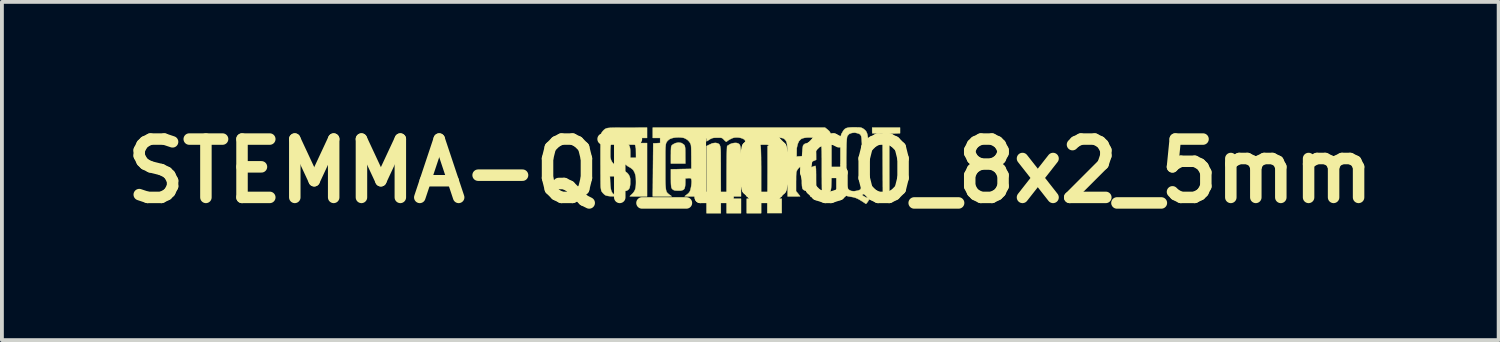
<source format=kicad_pcb>
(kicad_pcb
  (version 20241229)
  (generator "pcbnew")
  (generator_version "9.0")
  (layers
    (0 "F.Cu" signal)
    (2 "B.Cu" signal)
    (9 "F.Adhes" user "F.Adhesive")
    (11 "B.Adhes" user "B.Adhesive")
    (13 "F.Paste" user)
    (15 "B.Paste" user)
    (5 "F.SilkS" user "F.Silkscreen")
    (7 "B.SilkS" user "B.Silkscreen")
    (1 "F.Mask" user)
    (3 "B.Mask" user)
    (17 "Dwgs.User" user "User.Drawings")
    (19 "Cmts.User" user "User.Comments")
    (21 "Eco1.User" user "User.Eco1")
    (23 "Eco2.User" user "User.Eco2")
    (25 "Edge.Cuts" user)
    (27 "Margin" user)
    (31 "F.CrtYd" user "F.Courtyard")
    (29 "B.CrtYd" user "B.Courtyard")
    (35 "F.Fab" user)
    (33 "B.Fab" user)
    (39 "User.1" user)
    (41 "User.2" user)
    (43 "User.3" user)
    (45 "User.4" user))
  (footprint "STEMMA-QT_LOGO_8x2_5mm"
    (layer "F.Cu")
    (at 16.554 1.418)
    (property "Reference" "STEMMA-QT_LOGO_8x2_5mm" (at 0 0 0) (layer "F.SilkS") (effects (font (size 1.524 1.524) (thickness 0.3))))
    (attr through_hole)
    (fp_poly (pts (xy -0.77 1.102) (xy -1.144 1.102) (xy -1.144 0.725) (xy -0.77 0.725) (xy -0.77 1.102)) (stroke (width 0.01) (type solid)) (fill yes) (layer "F.SilkS"))
    (fp_poly (pts (xy -0.243 1.102) (xy -0.62 1.102) (xy -0.62 0.725) (xy -0.243 0.725) (xy -0.243 1.102)) (stroke (width 0.01) (type solid)) (fill yes) (layer "F.SilkS"))
    (fp_poly (pts (xy 0.283 1.102) (xy -0.094 1.102) (xy -0.094 0.725) (xy 0.283 0.725) (xy 0.283 1.102)) (stroke (width 0.01) (type solid)) (fill yes) (layer "F.SilkS"))
    (fp_poly (pts (xy 0.821 1.099) (xy 0.444 1.099) (xy 0.444 0.725) (xy 0.821 0.725) (xy 0.821 1.099)) (stroke (width 0.01) (type solid)) (fill yes) (layer "F.SilkS"))
    (fp_poly (pts (xy 1.71 0.569) (xy 1.713 0.576) (xy 1.716 0.586) (xy 1.717 0.597) (xy 1.718 0.61) (xy 1.718 0.623) (xy 1.718 0.628) (xy 1.717 0.638) (xy 1.715 0.644) (xy 1.712 0.648) (xy 1.708 0.651) (xy 1.707 0.652) (xy 1.699 0.656) (xy 1.687 0.659) (xy 1.67 0.661) (xy 1.65 0.662) (xy 1.625 0.663) (xy 1.611 0.663) (xy 1.593 0.663) (xy 1.58 0.663) (xy 1.571 0.662) (xy 1.566 0.661) (xy 1.564 0.66) (xy 1.564 0.66) (xy 1.566 0.657) (xy 1.573 0.651) (xy 1.582 0.644) (xy 1.594 0.635) (xy 1.608 0.626) (xy 1.623 0.615) (xy 1.639 0.605) (xy 1.655 0.595) (xy 1.669 0.586) (xy 1.683 0.579) (xy 1.694 0.572) (xy 1.703 0.568) (xy 1.707 0.567) (xy 1.71 0.569)) (stroke (width 0.01) (type solid)) (fill yes) (layer "F.SilkS"))
    (fp_poly (pts (xy -1.837 -0.738) (xy -1.799 -0.732) (xy -1.768 -0.712) (xy -1.75 -0.701) (xy -1.736 -0.69) (xy -1.726 -0.68) (xy -1.718 -0.668) (xy -1.713 -0.655) (xy -1.708 -0.638) (xy -1.705 -0.618) (xy -1.704 -0.614) (xy -1.703 -0.607) (xy -1.702 -0.6) (xy -1.702 -0.591) (xy -1.701 -0.581) (xy -1.701 -0.568) (xy -1.7 -0.553) (xy -1.7 -0.536) (xy -1.7 -0.514) (xy -1.699 -0.49) (xy -1.699 -0.46) (xy -1.699 -0.427) (xy -1.699 -0.39) (xy -1.697 -0.195) (xy -2.075 -0.195) (xy -2.075 -0.366) (xy -2.075 -0.412) (xy -2.074 -0.454) (xy -2.074 -0.49) (xy -2.074 -0.522) (xy -2.073 -0.55) (xy -2.072 -0.574) (xy -2.071 -0.594) (xy -2.07 -0.61) (xy -2.069 -0.624) (xy -2.067 -0.634) (xy -2.065 -0.641) (xy -2.061 -0.654) (xy -2.055 -0.664) (xy -2.047 -0.674) (xy -2.036 -0.683) (xy -2.022 -0.693) (xy -2.004 -0.704) (xy -1.993 -0.71) (xy -1.978 -0.717) (xy -1.967 -0.723) (xy -1.958 -0.727) (xy -1.949 -0.73) (xy -1.94 -0.732) (xy -1.928 -0.734) (xy -1.915 -0.737) (xy -1.875 -0.743) (xy -1.837 -0.738)) (stroke (width 0.01) (type solid)) (fill yes) (layer "F.SilkS"))
    (fp_poly (pts (xy 0.135 -0.735) (xy 0.145 -0.734) (xy 0.16 -0.733) (xy 0.172 -0.732) (xy 0.182 -0.73) (xy 0.193 -0.726) (xy 0.206 -0.722) (xy 0.207 -0.721) (xy 0.22 -0.716) (xy 0.229 -0.713) (xy 0.236 -0.709) (xy 0.241 -0.704) (xy 0.247 -0.698) (xy 0.251 -0.694) (xy 0.257 -0.686) (xy 0.262 -0.679) (xy 0.264 -0.673) (xy 0.266 -0.665) (xy 0.268 -0.654) (xy 0.269 -0.651) (xy 0.27 -0.637) (xy 0.272 -0.621) (xy 0.273 -0.601) (xy 0.275 -0.577) (xy 0.276 -0.549) (xy 0.277 -0.518) (xy 0.278 -0.482) (xy 0.279 -0.443) (xy 0.28 -0.399) (xy 0.281 -0.351) (xy 0.281 -0.298) (xy 0.282 -0.241) (xy 0.282 -0.179) (xy 0.283 -0.113) (xy 0.283 -0.041) (xy 0.283 0.035) (xy 0.283 0.117) (xy 0.283 0.204) (xy 0.283 0.222) (xy 0.283 0.663) (xy -0.094 0.663) (xy -0.094 0.013) (xy -0.093 -0.638) (xy -0.069 -0.655) (xy -0.057 -0.663) (xy -0.042 -0.672) (xy -0.026 -0.682) (xy -0.011 -0.691) (xy -0.006 -0.693) (xy 0.01 -0.702) (xy 0.024 -0.708) (xy 0.036 -0.714) (xy 0.05 -0.718) (xy 0.066 -0.723) (xy 0.072 -0.725) (xy 0.088 -0.729) (xy 0.099 -0.732) (xy 0.109 -0.734) (xy 0.117 -0.735) (xy 0.125 -0.735) (xy 0.135 -0.735)) (stroke (width 0.01) (type solid)) (fill yes) (layer "F.SilkS"))
    (fp_poly (pts (xy -0.907 -0.734) (xy -0.9 -0.733) (xy -0.89 -0.732) (xy -0.887 -0.731) (xy -0.861 -0.725) (xy -0.839 -0.717) (xy -0.822 -0.707) (xy -0.809 -0.694) (xy -0.799 -0.679) (xy -0.799 -0.677) (xy -0.794 -0.665) (xy -0.79 -0.654) (xy -0.787 -0.642) (xy -0.784 -0.628) (xy -0.782 -0.612) (xy -0.779 -0.593) (xy -0.778 -0.578) (xy -0.777 -0.571) (xy -0.776 -0.565) (xy -0.776 -0.559) (xy -0.775 -0.552) (xy -0.775 -0.545) (xy -0.775 -0.537) (xy -0.774 -0.528) (xy -0.774 -0.518) (xy -0.774 -0.506) (xy -0.773 -0.492) (xy -0.773 -0.477) (xy -0.773 -0.459) (xy -0.773 -0.439) (xy -0.772 -0.417) (xy -0.772 -0.391) (xy -0.772 -0.363) (xy -0.772 -0.331) (xy -0.772 -0.295) (xy -0.772 -0.256) (xy -0.771 -0.213) (xy -0.771 -0.166) (xy -0.771 -0.114) (xy -0.771 -0.058) (xy -0.771 0.004) (xy -0.771 0.07) (xy -0.771 0.07) (xy -0.769 0.663) (xy -1.144 0.663) (xy -1.144 -0.651) (xy -1.104 -0.672) (xy -1.086 -0.68) (xy -1.067 -0.69) (xy -1.049 -0.698) (xy -1.032 -0.706) (xy -1.027 -0.708) (xy -1.013 -0.715) (xy -1.002 -0.719) (xy -0.992 -0.723) (xy -0.982 -0.725) (xy -0.97 -0.727) (xy -0.954 -0.73) (xy -0.952 -0.73) (xy -0.936 -0.732) (xy -0.924 -0.733) (xy -0.915 -0.734) (xy -0.907 -0.734)) (stroke (width 0.01) (type solid)) (fill yes) (layer "F.SilkS"))
    (fp_poly (pts (xy 0.713 -0.734) (xy 0.729 -0.73) (xy 0.745 -0.723) (xy 0.745 -0.723) (xy 0.761 -0.714) (xy 0.773 -0.706) (xy 0.783 -0.696) (xy 0.791 -0.683) (xy 0.798 -0.668) (xy 0.804 -0.648) (xy 0.806 -0.641) (xy 0.808 -0.633) (xy 0.81 -0.626) (xy 0.811 -0.618) (xy 0.813 -0.61) (xy 0.814 -0.602) (xy 0.815 -0.592) (xy 0.816 -0.582) (xy 0.817 -0.57) (xy 0.818 -0.557) (xy 0.819 -0.542) (xy 0.82 -0.525) (xy 0.821 -0.506) (xy 0.821 -0.485) (xy 0.822 -0.461) (xy 0.822 -0.434) (xy 0.823 -0.404) (xy 0.823 -0.372) (xy 0.824 -0.335) (xy 0.824 -0.295) (xy 0.824 -0.252) (xy 0.824 -0.204) (xy 0.825 -0.152) (xy 0.825 -0.095) (xy 0.825 -0.034) (xy 0.825 0.032) (xy 0.825 0.103) (xy 0.825 0.11) (xy 0.827 0.663) (xy 0.448 0.663) (xy 0.45 0.414) (xy 0.45 0.381) (xy 0.451 0.342) (xy 0.451 0.3) (xy 0.451 0.254) (xy 0.451 0.205) (xy 0.451 0.154) (xy 0.451 0.101) (xy 0.452 0.046) (xy 0.452 -0.009) (xy 0.452 -0.065) (xy 0.452 -0.12) (xy 0.452 -0.173) (xy 0.452 -0.226) (xy 0.452 -0.243) (xy 0.452 -0.651) (xy 0.471 -0.664) (xy 0.482 -0.671) (xy 0.495 -0.679) (xy 0.509 -0.687) (xy 0.521 -0.694) (xy 0.554 -0.709) (xy 0.591 -0.721) (xy 0.631 -0.73) (xy 0.656 -0.734) (xy 0.678 -0.736) (xy 0.697 -0.736) (xy 0.713 -0.734)) (stroke (width 0.01) (type solid)) (fill yes) (layer "F.SilkS"))
    (fp_poly (pts (xy -0.366 -0.733) (xy -0.354 -0.731) (xy -0.344 -0.729) (xy -0.337 -0.728) (xy -0.335 -0.727) (xy -0.33 -0.725) (xy -0.322 -0.721) (xy -0.315 -0.718) (xy -0.301 -0.711) (xy -0.29 -0.703) (xy -0.281 -0.693) (xy -0.274 -0.681) (xy -0.268 -0.667) (xy -0.263 -0.648) (xy -0.258 -0.625) (xy -0.256 -0.608) (xy -0.254 -0.601) (xy -0.253 -0.592) (xy -0.252 -0.583) (xy -0.252 -0.573) (xy -0.251 -0.561) (xy -0.25 -0.548) (xy -0.249 -0.533) (xy -0.249 -0.516) (xy -0.248 -0.497) (xy -0.248 -0.475) (xy -0.247 -0.451) (xy -0.247 -0.424) (xy -0.246 -0.394) (xy -0.246 -0.361) (xy -0.246 -0.325) (xy -0.245 -0.284) (xy -0.245 -0.24) (xy -0.245 -0.192) (xy -0.245 -0.139) (xy -0.245 -0.082) (xy -0.244 -0.02) (xy -0.244 0.047) (xy -0.244 0.108) (xy -0.243 0.663) (xy -0.621 0.663) (xy -0.619 0.164) (xy -0.619 0.079) (xy -0.619 -0.001) (xy -0.618 -0.076) (xy -0.618 -0.146) (xy -0.617 -0.211) (xy -0.617 -0.271) (xy -0.616 -0.326) (xy -0.616 -0.376) (xy -0.615 -0.422) (xy -0.614 -0.464) (xy -0.613 -0.501) (xy -0.612 -0.534) (xy -0.611 -0.562) (xy -0.61 -0.587) (xy -0.609 -0.608) (xy -0.608 -0.624) (xy -0.607 -0.637) (xy -0.606 -0.647) (xy -0.604 -0.652) (xy -0.604 -0.653) (xy -0.599 -0.659) (xy -0.59 -0.664) (xy -0.589 -0.664) (xy -0.58 -0.669) (xy -0.572 -0.674) (xy -0.57 -0.675) (xy -0.565 -0.679) (xy -0.556 -0.685) (xy -0.546 -0.692) (xy -0.541 -0.695) (xy -0.519 -0.706) (xy -0.493 -0.716) (xy -0.464 -0.724) (xy -0.435 -0.73) (xy -0.405 -0.733) (xy -0.378 -0.733) (xy -0.366 -0.733)) (stroke (width 0.01) (type solid)) (fill yes) (layer "F.SilkS"))
    (fp_poly (pts (xy 1.701 -0.132) (xy 1.703 -0.128) (xy 1.706 -0.12) (xy 1.708 -0.109) (xy 1.711 -0.092) (xy 1.713 -0.077) (xy 1.714 -0.07) (xy 1.714 -0.062) (xy 1.715 -0.052) (xy 1.716 -0.041) (xy 1.716 -0.028) (xy 1.716 -0.012) (xy 1.717 0.006) (xy 1.717 0.027) (xy 1.717 0.052) (xy 1.718 0.081) (xy 1.718 0.114) (xy 1.718 0.152) (xy 1.718 0.195) (xy 1.718 0.201) (xy 1.72 0.443) (xy 1.672 0.464) (xy 1.653 0.473) (xy 1.632 0.481) (xy 1.611 0.49) (xy 1.592 0.497) (xy 1.581 0.501) (xy 1.539 0.515) (xy 1.495 0.517) (xy 1.478 0.518) (xy 1.465 0.518) (xy 1.455 0.518) (xy 1.448 0.517) (xy 1.442 0.516) (xy 1.435 0.514) (xy 1.434 0.513) (xy 1.411 0.504) (xy 1.391 0.492) (xy 1.377 0.479) (xy 1.375 0.477) (xy 1.369 0.468) (xy 1.364 0.457) (xy 1.359 0.443) (xy 1.356 0.426) (xy 1.353 0.406) (xy 1.35 0.383) (xy 1.349 0.355) (xy 1.347 0.323) (xy 1.347 0.286) (xy 1.347 0.251) (xy 1.347 0.216) (xy 1.347 0.185) (xy 1.348 0.159) (xy 1.349 0.136) (xy 1.351 0.116) (xy 1.354 0.099) (xy 1.357 0.084) (xy 1.36 0.07) (xy 1.365 0.056) (xy 1.366 0.054) (xy 1.373 0.035) (xy 1.382 0.019) (xy 1.39 0.009) (xy 1.398 -0.000053) (xy 1.405 -0.007) (xy 1.413 -0.013) (xy 1.423 -0.02) (xy 1.432 -0.025) (xy 1.446 -0.032) (xy 1.463 -0.041) (xy 1.483 -0.05) (xy 1.505 -0.06) (xy 1.528 -0.07) (xy 1.552 -0.08) (xy 1.576 -0.09) (xy 1.599 -0.1) (xy 1.621 -0.108) (xy 1.642 -0.116) (xy 1.661 -0.123) (xy 1.676 -0.128) (xy 1.688 -0.132) (xy 1.696 -0.134) (xy 1.698 -0.134) (xy 1.701 -0.132)) (stroke (width 0.01) (type solid)) (fill yes) (layer "F.SilkS"))
    (fp_poly (pts (xy 3.912 -0.987) (xy 3.906 -0.987) (xy 3.902 -0.986) (xy 3.893 -0.986) (xy 3.88 -0.986) (xy 3.864 -0.985) (xy 3.844 -0.984) (xy 3.821 -0.983) (xy 3.797 -0.982) (xy 3.771 -0.981) (xy 3.766 -0.981) (xy 3.74 -0.98) (xy 3.715 -0.979) (xy 3.693 -0.978) (xy 3.673 -0.978) (xy 3.656 -0.977) (xy 3.643 -0.976) (xy 3.635 -0.976) (xy 3.631 -0.976) (xy 3.63 -0.976) (xy 3.63 -0.973) (xy 3.63 -0.965) (xy 3.63 -0.953) (xy 3.63 -0.935) (xy 3.63 -0.913) (xy 3.63 -0.887) (xy 3.63 -0.857) (xy 3.63 -0.822) (xy 3.63 -0.784) (xy 3.63 -0.743) (xy 3.63 -0.698) (xy 3.63 -0.65) (xy 3.63 -0.599) (xy 3.63 -0.545) (xy 3.63 -0.489) (xy 3.63 -0.431) (xy 3.63 -0.371) (xy 3.63 -0.308) (xy 3.63 -0.244) (xy 3.63 -0.179) (xy 3.63 -0.156) (xy 3.632 0.663) (xy 3.466 0.663) (xy 3.464 0.501) (xy 3.464 0.483) (xy 3.464 0.46) (xy 3.464 0.433) (xy 3.463 0.401) (xy 3.463 0.365) (xy 3.463 0.325) (xy 3.463 0.281) (xy 3.462 0.235) (xy 3.462 0.185) (xy 3.462 0.134) (xy 3.461 0.079) (xy 3.461 0.023) (xy 3.461 -0.034) (xy 3.461 -0.094) (xy 3.46 -0.154) (xy 3.46 -0.214) (xy 3.46 -0.275) (xy 3.459 -0.318) (xy 3.459 -0.377) (xy 3.459 -0.434) (xy 3.459 -0.49) (xy 3.458 -0.544) (xy 3.458 -0.596) (xy 3.458 -0.646) (xy 3.458 -0.693) (xy 3.457 -0.737) (xy 3.457 -0.778) (xy 3.457 -0.816) (xy 3.457 -0.85) (xy 3.457 -0.881) (xy 3.456 -0.908) (xy 3.456 -0.931) (xy 3.456 -0.949) (xy 3.456 -0.963) (xy 3.456 -0.971) (xy 3.456 -0.975) (xy 3.456 -0.975) (xy 3.453 -0.975) (xy 3.446 -0.976) (xy 3.434 -0.976) (xy 3.419 -0.977) (xy 3.401 -0.978) (xy 3.381 -0.979) (xy 3.36 -0.98) (xy 3.337 -0.981) (xy 3.314 -0.982) (xy 3.291 -0.983) (xy 3.269 -0.984) (xy 3.248 -0.984) (xy 3.23 -0.985) (xy 3.214 -0.986) (xy 3.201 -0.986) (xy 3.193 -0.986) (xy 3.189 -0.987) (xy 3.188 -0.987) (xy 3.187 -0.988) (xy 3.186 -0.991) (xy 3.185 -0.996) (xy 3.185 -1.004) (xy 3.185 -1.016) (xy 3.184 -1.031) (xy 3.184 -1.051) (xy 3.184 -1.06) (xy 3.184 -1.134) (xy 3.912 -1.134) (xy 3.912 -0.987)) (stroke (width 0.01) (type solid)) (fill yes) (layer "F.SilkS"))
    (fp_poly (pts (xy 2.742 -1.141) (xy 2.764 -1.141) (xy 2.793 -1.14) (xy 2.817 -1.14) (xy 2.837 -1.139) (xy 2.854 -1.138) (xy 2.869 -1.137) (xy 2.881 -1.135) (xy 2.891 -1.132) (xy 2.901 -1.13) (xy 2.911 -1.126) (xy 2.917 -1.124) (xy 2.934 -1.116) (xy 2.953 -1.104) (xy 2.972 -1.09) (xy 2.99 -1.075) (xy 3.007 -1.059) (xy 3.008 -1.058) (xy 3.021 -1.042) (xy 3.033 -1.023) (xy 3.043 -1.002) (xy 3.052 -0.978) (xy 3.059 -0.951) (xy 3.065 -0.92) (xy 3.07 -0.884) (xy 3.075 -0.844) (xy 3.077 -0.807) (xy 3.078 -0.788) (xy 3.08 -0.769) (xy 3.081 -0.752) (xy 3.081 -0.734) (xy 3.082 -0.717) (xy 3.083 -0.7) (xy 3.084 -0.682) (xy 3.084 -0.663) (xy 3.085 -0.643) (xy 3.085 -0.621) (xy 3.085 -0.597) (xy 3.086 -0.571) (xy 3.086 -0.542) (xy 3.086 -0.511) (xy 3.086 -0.476) (xy 3.086 -0.438) (xy 3.086 -0.395) (xy 3.086 -0.348) (xy 3.086 -0.297) (xy 3.086 -0.241) (xy 3.086 -0.235) (xy 3.086 -0.168) (xy 3.086 -0.107) (xy 3.086 -0.05) (xy 3.086 0.002) (xy 3.086 0.05) (xy 3.086 0.094) (xy 3.085 0.134) (xy 3.085 0.17) (xy 3.084 0.203) (xy 3.083 0.232) (xy 3.083 0.259) (xy 3.082 0.283) (xy 3.081 0.305) (xy 3.08 0.324) (xy 3.078 0.342) (xy 3.077 0.358) (xy 3.075 0.372) (xy 3.073 0.386) (xy 3.071 0.398) (xy 3.069 0.41) (xy 3.067 0.421) (xy 3.065 0.428) (xy 3.057 0.455) (xy 3.047 0.483) (xy 3.035 0.509) (xy 3.021 0.534) (xy 3.006 0.556) (xy 2.991 0.576) (xy 2.975 0.592) (xy 2.959 0.604) (xy 2.946 0.61) (xy 2.934 0.616) (xy 2.928 0.621) (xy 2.926 0.627) (xy 2.93 0.633) (xy 2.938 0.641) (xy 2.942 0.644) (xy 2.965 0.659) (xy 2.99 0.673) (xy 3.016 0.686) (xy 3.041 0.696) (xy 3.061 0.702) (xy 3.073 0.705) (xy 3.084 0.709) (xy 3.091 0.714) (xy 3.102 0.721) (xy 3.1 0.738) (xy 3.098 0.748) (xy 3.095 0.758) (xy 3.09 0.769) (xy 3.086 0.777) (xy 3.081 0.785) (xy 3.073 0.796) (xy 3.065 0.808) (xy 3.056 0.82) (xy 3.047 0.831) (xy 3.038 0.842) (xy 3.031 0.85) (xy 3.026 0.856) (xy 3.023 0.858) (xy 3.019 0.857) (xy 3.013 0.853) (xy 3.004 0.847) (xy 2.997 0.842) (xy 2.977 0.828) (xy 2.955 0.814) (xy 2.932 0.798) (xy 2.907 0.783) (xy 2.883 0.768) (xy 2.861 0.755) (xy 2.841 0.743) (xy 2.823 0.734) (xy 2.818 0.731) (xy 2.78 0.713) (xy 2.743 0.699) (xy 2.708 0.688) (xy 2.674 0.681) (xy 2.661 0.679) (xy 2.644 0.676) (xy 2.624 0.673) (xy 2.602 0.669) (xy 2.582 0.665) (xy 2.576 0.664) (xy 2.56 0.661) (xy 2.547 0.658) (xy 2.537 0.655) (xy 2.529 0.652) (xy 2.52 0.648) (xy 2.51 0.643) (xy 2.498 0.636) (xy 2.497 0.635) (xy 2.484 0.628) (xy 2.473 0.621) (xy 2.464 0.615) (xy 2.456 0.607) (xy 2.447 0.598) (xy 2.437 0.587) (xy 2.425 0.574) (xy 2.415 0.562) (xy 2.408 0.551) (xy 2.401 0.539) (xy 2.393 0.525) (xy 2.392 0.524) (xy 2.385 0.508) (xy 2.379 0.494) (xy 2.374 0.48) (xy 2.37 0.465) (xy 2.367 0.448) (xy 2.363 0.427) (xy 2.362 0.418) (xy 2.361 0.409) (xy 2.36 0.399) (xy 2.359 0.389) (xy 2.358 0.377) (xy 2.357 0.364) (xy 2.357 0.349) (xy 2.356 0.333) (xy 2.356 0.314) (xy 2.355 0.294) (xy 2.355 0.271) (xy 2.354 0.245) (xy 2.354 0.217) (xy 2.354 0.185) (xy 2.353 0.151) (xy 2.353 0.112) (xy 2.353 0.07) (xy 2.353 0.024) (xy 2.353 -0.026) (xy 2.353 -0.081) (xy 2.353 -0.14) (xy 2.353 -0.204) (xy 2.353 -0.231) (xy 2.507 -0.231) (xy 2.507 -0.171) (xy 2.507 -0.113) (xy 2.508 -0.056) (xy 2.509 -0.000433) (xy 2.509 0.053) (xy 2.51 0.103) (xy 2.512 0.151) (xy 2.513 0.196) (xy 2.515 0.238) (xy 2.516 0.275) (xy 2.518 0.309) (xy 2.52 0.339) (xy 2.522 0.364) (xy 2.524 0.384) (xy 2.526 0.393) (xy 2.528 0.41) (xy 2.531 0.422) (xy 2.534 0.432) (xy 2.538 0.441) (xy 2.544 0.451) (xy 2.552 0.462) (xy 2.555 0.465) (xy 2.563 0.476) (xy 2.569 0.484) (xy 2.576 0.489) (xy 2.583 0.495) (xy 2.592 0.5) (xy 2.603 0.506) (xy 2.615 0.512) (xy 2.625 0.517) (xy 2.633 0.52) (xy 2.641 0.522) (xy 2.652 0.523) (xy 2.666 0.525) (xy 2.667 0.525) (xy 2.683 0.527) (xy 2.694 0.528) (xy 2.704 0.528) (xy 2.712 0.528) (xy 2.721 0.528) (xy 2.731 0.526) (xy 2.744 0.524) (xy 2.761 0.521) (xy 2.762 0.521) (xy 2.792 0.516) (xy 2.817 0.51) (xy 2.838 0.503) (xy 2.855 0.496) (xy 2.868 0.487) (xy 2.879 0.476) (xy 2.888 0.463) (xy 2.894 0.447) (xy 2.9 0.428) (xy 2.904 0.406) (xy 2.905 0.402) (xy 2.907 0.389) (xy 2.909 0.376) (xy 2.91 0.362) (xy 2.912 0.347) (xy 2.913 0.332) (xy 2.914 0.314) (xy 2.915 0.295) (xy 2.916 0.274) (xy 2.917 0.251) (xy 2.918 0.225) (xy 2.919 0.196) (xy 2.919 0.163) (xy 2.92 0.127) (xy 2.92 0.087) (xy 2.92 0.043) (xy 2.921 -0.006) (xy 2.921 -0.06) (xy 2.921 -0.078) (xy 2.922 -0.164) (xy 2.922 -0.246) (xy 2.922 -0.322) (xy 2.922 -0.393) (xy 2.921 -0.459) (xy 2.92 -0.521) (xy 2.92 -0.577) (xy 2.919 -0.629) (xy 2.917 -0.676) (xy 2.916 -0.719) (xy 2.914 -0.758) (xy 2.912 -0.792) (xy 2.91 -0.822) (xy 2.908 -0.848) (xy 2.905 -0.87) (xy 2.902 -0.888) (xy 2.899 -0.902) (xy 2.898 -0.905) (xy 2.891 -0.924) (xy 2.879 -0.943) (xy 2.869 -0.955) (xy 2.859 -0.963) (xy 2.845 -0.971) (xy 2.826 -0.979) (xy 2.803 -0.986) (xy 2.777 -0.993) (xy 2.774 -0.993) (xy 2.731 -1.003) (xy 2.69 -0.999) (xy 2.673 -0.997) (xy 2.661 -0.995) (xy 2.65 -0.993) (xy 2.641 -0.991) (xy 2.63 -0.987) (xy 2.617 -0.982) (xy 2.617 -0.982) (xy 2.585 -0.969) (xy 2.56 -0.942) (xy 2.55 -0.93) (xy 2.542 -0.922) (xy 2.537 -0.914) (xy 2.533 -0.906) (xy 2.531 -0.896) (xy 2.528 -0.884) (xy 2.526 -0.869) (xy 2.525 -0.862) (xy 2.523 -0.845) (xy 2.521 -0.828) (xy 2.52 -0.81) (xy 2.518 -0.791) (xy 2.517 -0.772) (xy 2.515 -0.75) (xy 2.514 -0.727) (xy 2.513 -0.702) (xy 2.512 -0.674) (xy 2.512 -0.643) (xy 2.511 -0.609) (xy 2.51 -0.571) (xy 2.509 -0.528) (xy 2.509 -0.482) (xy 2.508 -0.43) (xy 2.508 -0.414) (xy 2.507 -0.353) (xy 2.507 -0.292) (xy 2.507 -0.231) (xy 2.353 -0.231) (xy 2.354 -0.274) (xy 2.354 -0.287) (xy 2.354 -0.352) (xy 2.354 -0.412) (xy 2.354 -0.466) (xy 2.354 -0.516) (xy 2.354 -0.562) (xy 2.354 -0.603) (xy 2.355 -0.641) (xy 2.355 -0.675) (xy 2.355 -0.705) (xy 2.355 -0.733) (xy 2.356 -0.757) (xy 2.356 -0.779) (xy 2.356 -0.798) (xy 2.357 -0.815) (xy 2.357 -0.83) (xy 2.358 -0.843) (xy 2.359 -0.855) (xy 2.359 -0.865) (xy 2.36 -0.874) (xy 2.361 -0.883) (xy 2.362 -0.891) (xy 2.363 -0.899) (xy 2.364 -0.906) (xy 2.365 -0.914) (xy 2.366 -0.92) (xy 2.369 -0.93) (xy 2.372 -0.942) (xy 2.376 -0.955) (xy 2.381 -0.967) (xy 2.385 -0.977) (xy 2.389 -0.983) (xy 2.389 -0.984) (xy 2.391 -0.988) (xy 2.396 -0.995) (xy 2.402 -1.005) (xy 2.409 -1.017) (xy 2.411 -1.02) (xy 2.425 -1.045) (xy 2.439 -1.065) (xy 2.453 -1.082) (xy 2.467 -1.095) (xy 2.482 -1.106) (xy 2.487 -1.109) (xy 2.499 -1.115) (xy 2.509 -1.12) (xy 2.52 -1.124) (xy 2.533 -1.127) (xy 2.542 -1.129) (xy 2.562 -1.133) (xy 2.584 -1.136) (xy 2.608 -1.138) (xy 2.636 -1.14) (xy 2.667 -1.141) (xy 2.702 -1.141) (xy 2.742 -1.141)) (stroke (width 0.01) (type solid)) (fill yes) (layer "F.SilkS"))
    (fp_poly (pts (xy -2.698 -0.864) (xy -2.872 -0.864) (xy -2.872 -0.73) (xy -2.698 -0.73) (xy -2.698 0.663) (xy -2.924 0.663) (xy -2.965 0.663) (xy -3.001 0.663) (xy -3.032 0.663) (xy -3.059 0.663) (xy -3.082 0.663) (xy -3.101 0.662) (xy -3.116 0.662) (xy -3.128 0.662) (xy -3.137 0.662) (xy -3.143 0.661) (xy -3.147 0.661) (xy -3.149 0.66) (xy -3.149 0.66) (xy -3.147 0.657) (xy -3.141 0.651) (xy -3.133 0.643) (xy -3.124 0.633) (xy -3.117 0.628) (xy -3.092 0.604) (xy -3.071 0.583) (xy -3.054 0.563) (xy -3.04 0.543) (xy -3.028 0.524) (xy -3.018 0.505) (xy -3.01 0.484) (xy -3.004 0.464) (xy -2.998 0.438) (xy -2.993 0.409) (xy -2.99 0.378) (xy -2.988 0.344) (xy -2.987 0.306) (xy -2.987 0.263) (xy -2.989 0.216) (xy -2.989 0.203) (xy -2.99 0.184) (xy -2.991 0.169) (xy -2.992 0.156) (xy -2.994 0.146) (xy -2.996 0.135) (xy -2.998 0.123) (xy -3.002 0.11) (xy -3.005 0.097) (xy -3.01 0.079) (xy -3.014 0.065) (xy -3.018 0.054) (xy -3.022 0.043) (xy -3.027 0.033) (xy -3.034 0.02) (xy -3.039 0.011) (xy -3.06 -0.027) (xy -3.092 -0.055) (xy -3.107 -0.067) (xy -3.12 -0.077) (xy -3.133 -0.086) (xy -3.149 -0.095) (xy -3.167 -0.106) (xy -3.169 -0.107) (xy -3.187 -0.117) (xy -3.201 -0.125) (xy -3.212 -0.132) (xy -3.22 -0.139) (xy -3.226 -0.145) (xy -3.227 -0.145) (xy -3.243 -0.159) (xy -3.258 -0.167) (xy -3.285 -0.181) (xy -3.309 -0.195) (xy -3.328 -0.209) (xy -3.335 -0.216) (xy -3.346 -0.225) (xy -3.355 -0.231) (xy -3.364 -0.235) (xy -3.367 -0.236) (xy -3.38 -0.242) (xy -3.396 -0.25) (xy -3.413 -0.261) (xy -3.43 -0.274) (xy -3.447 -0.289) (xy -3.449 -0.29) (xy -3.46 -0.301) (xy -3.47 -0.311) (xy -3.479 -0.321) (xy -3.485 -0.331) (xy -3.491 -0.343) (xy -3.496 -0.355) (xy -3.499 -0.37) (xy -3.502 -0.387) (xy -3.504 -0.407) (xy -3.505 -0.43) (xy -3.506 -0.457) (xy -3.506 -0.488) (xy -3.506 -0.523) (xy -3.506 -0.549) (xy -3.506 -0.57) (xy -3.506 -0.588) (xy -3.506 -0.601) (xy -3.506 -0.613) (xy -3.505 -0.621) (xy -3.504 -0.629) (xy -3.503 -0.635) (xy -3.502 -0.641) (xy -3.501 -0.647) (xy -3.5 -0.649) (xy -3.497 -0.66) (xy -3.495 -0.668) (xy -3.491 -0.674) (xy -3.486 -0.68) (xy -3.479 -0.688) (xy -3.475 -0.692) (xy -3.466 -0.7) (xy -3.459 -0.706) (xy -3.452 -0.711) (xy -3.443 -0.715) (xy -3.432 -0.72) (xy -3.425 -0.723) (xy -3.411 -0.728) (xy -3.4 -0.732) (xy -3.39 -0.734) (xy -3.379 -0.736) (xy -3.366 -0.737) (xy -3.357 -0.738) (xy -3.341 -0.739) (xy -3.329 -0.739) (xy -3.318 -0.739) (xy -3.307 -0.738) (xy -3.295 -0.736) (xy -3.288 -0.735) (xy -3.272 -0.732) (xy -3.255 -0.728) (xy -3.239 -0.723) (xy -3.23 -0.72) (xy -3.218 -0.715) (xy -3.208 -0.711) (xy -3.2 -0.705) (xy -3.192 -0.698) (xy -3.187 -0.693) (xy -3.178 -0.685) (xy -3.172 -0.677) (xy -3.167 -0.669) (xy -3.162 -0.659) (xy -3.158 -0.649) (xy -3.153 -0.636) (xy -3.149 -0.623) (xy -3.145 -0.609) (xy -3.143 -0.595) (xy -3.14 -0.578) (xy -3.139 -0.56) (xy -3.138 -0.538) (xy -3.137 -0.513) (xy -3.136 -0.484) (xy -3.136 -0.45) (xy -3.136 -0.446) (xy -3.136 -0.345) (xy -2.986 -0.345) (xy -2.987 -0.466) (xy -2.989 -0.587) (xy -2.998 -0.634) (xy -3.003 -0.655) (xy -3.007 -0.673) (xy -3.012 -0.689) (xy -3.017 -0.705) (xy -3.022 -0.717) (xy -3.028 -0.732) (xy -3.033 -0.743) (xy -3.038 -0.753) (xy -3.045 -0.763) (xy -3.053 -0.774) (xy -3.063 -0.787) (xy -3.063 -0.788) (xy -3.075 -0.802) (xy -3.088 -0.818) (xy -3.102 -0.832) (xy -3.114 -0.845) (xy -3.116 -0.847) (xy -3.142 -0.872) (xy -3.282 -0.871) (xy -3.309 -0.87) (xy -3.337 -0.87) (xy -3.363 -0.869) (xy -3.386 -0.869) (xy -3.408 -0.868) (xy -3.426 -0.868) (xy -3.44 -0.867) (xy -3.449 -0.866) (xy -3.45 -0.866) (xy -3.477 -0.863) (xy -3.5 -0.857) (xy -3.521 -0.848) (xy -3.541 -0.837) (xy -3.561 -0.821) (xy -3.577 -0.806) (xy -3.597 -0.785) (xy -3.613 -0.764) (xy -3.627 -0.742) (xy -3.636 -0.721) (xy -3.637 -0.717) (xy -3.643 -0.696) (xy -3.648 -0.67) (xy -3.652 -0.64) (xy -3.654 -0.604) (xy -3.657 -0.564) (xy -3.658 -0.52) (xy -3.658 -0.469) (xy -3.658 -0.464) (xy -3.658 -0.438) (xy -3.658 -0.417) (xy -3.658 -0.4) (xy -3.658 -0.386) (xy -3.658 -0.375) (xy -3.657 -0.366) (xy -3.656 -0.358) (xy -3.655 -0.35) (xy -3.654 -0.343) (xy -3.652 -0.334) (xy -3.651 -0.332) (xy -3.641 -0.296) (xy -3.628 -0.263) (xy -3.61 -0.234) (xy -3.603 -0.224) (xy -3.593 -0.212) (xy -3.581 -0.198) (xy -3.567 -0.184) (xy -3.554 -0.17) (xy -3.54 -0.157) (xy -3.527 -0.146) (xy -3.517 -0.137) (xy -3.508 -0.132) (xy -3.506 -0.131) (xy -3.498 -0.127) (xy -3.488 -0.121) (xy -3.476 -0.114) (xy -3.466 -0.108) (xy -3.437 -0.09) (xy -3.41 -0.073) (xy -3.386 -0.058) (xy -3.365 -0.045) (xy -3.349 -0.034) (xy -3.343 -0.03) (xy -3.333 -0.024) (xy -3.319 -0.015) (xy -3.303 -0.006) (xy -3.287 0.004) (xy -3.275 0.011) (xy -3.254 0.024) (xy -3.236 0.035) (xy -3.222 0.046) (xy -3.21 0.057) (xy -3.199 0.069) (xy -3.188 0.083) (xy -3.185 0.088) (xy -3.173 0.106) (xy -3.165 0.12) (xy -3.158 0.133) (xy -3.153 0.145) (xy -3.149 0.158) (xy -3.145 0.171) (xy -3.143 0.18) (xy -3.141 0.188) (xy -3.14 0.196) (xy -3.139 0.203) (xy -3.139 0.212) (xy -3.138 0.223) (xy -3.138 0.237) (xy -3.138 0.255) (xy -3.138 0.277) (xy -3.138 0.279) (xy -3.138 0.303) (xy -3.138 0.321) (xy -3.138 0.336) (xy -3.139 0.349) (xy -3.14 0.36) (xy -3.141 0.37) (xy -3.142 0.38) (xy -3.144 0.391) (xy -3.145 0.396) (xy -3.148 0.41) (xy -3.15 0.423) (xy -3.152 0.433) (xy -3.154 0.439) (xy -3.154 0.44) (xy -3.157 0.445) (xy -3.161 0.452) (xy -3.167 0.462) (xy -3.171 0.467) (xy -3.178 0.478) (xy -3.185 0.485) (xy -3.192 0.491) (xy -3.201 0.497) (xy -3.209 0.502) (xy -3.232 0.516) (xy -3.269 0.519) (xy -3.302 0.521) (xy -3.334 0.521) (xy -3.365 0.519) (xy -3.393 0.516) (xy -3.418 0.511) (xy -3.44 0.504) (xy -3.453 0.498) (xy -3.464 0.492) (xy -3.472 0.486) (xy -3.479 0.478) (xy -3.484 0.47) (xy -3.49 0.462) (xy -3.494 0.454) (xy -3.498 0.445) (xy -3.5 0.434) (xy -3.503 0.423) (xy -3.504 0.416) (xy -3.505 0.409) (xy -3.506 0.402) (xy -3.507 0.394) (xy -3.508 0.384) (xy -3.508 0.372) (xy -3.509 0.358) (xy -3.509 0.34) (xy -3.509 0.319) (xy -3.51 0.293) (xy -3.51 0.265) (xy -3.511 0.136) (xy -3.669 0.136) (xy -3.667 0.165) (xy -3.667 0.176) (xy -3.666 0.192) (xy -3.665 0.21) (xy -3.664 0.23) (xy -3.663 0.25) (xy -3.663 0.258) (xy -3.661 0.306) (xy -3.658 0.35) (xy -3.655 0.389) (xy -3.651 0.423) (xy -3.647 0.453) (xy -3.642 0.48) (xy -3.636 0.504) (xy -3.63 0.524) (xy -3.623 0.542) (xy -3.614 0.557) (xy -3.606 0.57) (xy -3.6 0.578) (xy -3.593 0.586) (xy -3.585 0.593) (xy -3.575 0.601) (xy -3.561 0.611) (xy -3.554 0.616) (xy -3.54 0.626) (xy -3.53 0.634) (xy -3.523 0.639) (xy -3.519 0.644) (xy -3.516 0.647) (xy -3.516 0.65) (xy -3.517 0.655) (xy -3.52 0.657) (xy -3.526 0.659) (xy -3.534 0.659) (xy -3.546 0.66) (xy -3.561 0.66) (xy -3.579 0.66) (xy -3.599 0.66) (xy -3.619 0.66) (xy -3.638 0.659) (xy -3.656 0.658) (xy -3.668 0.658) (xy -3.692 0.655) (xy -3.715 0.652) (xy -3.737 0.648) (xy -3.757 0.643) (xy -3.773 0.638) (xy -3.782 0.634) (xy -3.796 0.626) (xy -3.811 0.614) (xy -3.827 0.6) (xy -3.843 0.584) (xy -3.858 0.568) (xy -3.871 0.551) (xy -3.882 0.536) (xy -3.89 0.522) (xy -3.892 0.516) (xy -3.896 0.504) (xy -3.899 0.487) (xy -3.902 0.467) (xy -3.905 0.446) (xy -3.907 0.423) (xy -3.909 0.4) (xy -3.909 0.397) (xy -3.909 0.388) (xy -3.91 0.373) (xy -3.91 0.354) (xy -3.911 0.33) (xy -3.911 0.303) (xy -3.911 0.271) (xy -3.912 0.237) (xy -3.912 0.199) (xy -3.912 0.159) (xy -3.912 0.116) (xy -3.913 0.071) (xy -3.913 0.024) (xy -3.913 -0.024) (xy -3.913 -0.073) (xy -3.913 -0.122) (xy -3.914 -0.173) (xy -3.914 -0.223) (xy -3.914 -0.273) (xy -3.914 -0.323) (xy -3.914 -0.371) (xy -3.914 -0.419) (xy -3.914 -0.464) (xy -3.914 -0.508) (xy -3.914 -0.55) (xy -3.914 -0.589) (xy -3.913 -0.626) (xy -3.913 -0.659) (xy -3.913 -0.688) (xy -3.913 -0.714) (xy -3.912 -0.735) (xy -3.912 -0.752) (xy -3.912 -0.761) (xy -3.91 -0.801) (xy -3.909 -0.835) (xy -3.908 -0.865) (xy -3.906 -0.89) (xy -3.905 -0.912) (xy -3.903 -0.931) (xy -3.901 -0.946) (xy -3.899 -0.959) (xy -3.897 -0.97) (xy -3.894 -0.979) (xy -3.891 -0.987) (xy -3.888 -0.994) (xy -3.876 -1.014) (xy -3.86 -1.035) (xy -3.842 -1.056) (xy -3.824 -1.073) (xy -3.817 -1.079) (xy -3.804 -1.089) (xy -3.793 -1.097) (xy -3.781 -1.104) (xy -3.77 -1.11) (xy -3.757 -1.114) (xy -3.744 -1.118) (xy -3.728 -1.122) (xy -3.71 -1.124) (xy -3.689 -1.126) (xy -3.665 -1.128) (xy -3.637 -1.129) (xy -3.605 -1.13) (xy -3.568 -1.131) (xy -3.567 -1.131) (xy -3.55 -1.131) (xy -3.529 -1.132) (xy -3.504 -1.132) (xy -3.474 -1.132) (xy -3.44 -1.132) (xy -3.404 -1.133) (xy -3.364 -1.133) (xy -3.323 -1.133) (xy -3.279 -1.133) (xy -3.234 -1.133) (xy -3.188 -1.133) (xy -3.141 -1.133) (xy -3.094 -1.133) (xy -3.077 -1.133) (xy -2.698 -1.134) (xy -2.698 -0.864)) (stroke (width 0.01) (type solid)) (fill yes) (layer "F.SilkS"))
    (fp_poly (pts (xy 1.991 -1.104) (xy 2.02 -1.081) (xy 2.043 -1.06) (xy 2.062 -1.042) (xy 2.075 -1.025) (xy 2.083 -1.011) (xy 2.092 -0.988) (xy 2.099 -0.961) (xy 2.106 -0.93) (xy 2.11 -0.894) (xy 2.112 -0.874) (xy 2.113 -0.86) (xy 2.114 -0.847) (xy 2.115 -0.834) (xy 2.116 -0.821) (xy 2.117 -0.809) (xy 2.118 -0.796) (xy 2.118 -0.782) (xy 2.119 -0.768) (xy 2.119 -0.752) (xy 2.12 -0.735) (xy 2.12 -0.716) (xy 2.12 -0.696) (xy 2.12 -0.672) (xy 2.121 -0.647) (xy 2.121 -0.618) (xy 2.121 -0.586) (xy 2.121 -0.551) (xy 2.121 -0.512) (xy 2.121 -0.469) (xy 2.121 -0.422) (xy 2.121 -0.37) (xy 2.121 -0.314) (xy 2.121 -0.267) (xy 2.121 -0.192) (xy 2.121 -0.122) (xy 2.121 -0.057) (xy 2.121 0.003) (xy 2.12 0.059) (xy 2.12 0.11) (xy 2.12 0.158) (xy 2.119 0.201) (xy 2.119 0.24) (xy 2.118 0.276) (xy 2.117 0.309) (xy 2.116 0.338) (xy 2.115 0.365) (xy 2.114 0.389) (xy 2.113 0.41) (xy 2.112 0.428) (xy 2.111 0.445) (xy 2.109 0.459) (xy 2.107 0.472) (xy 2.105 0.483) (xy 2.103 0.493) (xy 2.101 0.502) (xy 2.099 0.509) (xy 2.096 0.516) (xy 2.094 0.52) (xy 2.089 0.53) (xy 2.08 0.542) (xy 2.069 0.556) (xy 2.056 0.57) (xy 2.042 0.584) (xy 2.028 0.597) (xy 2.024 0.601) (xy 2.007 0.614) (xy 1.989 0.626) (xy 1.97 0.637) (xy 1.952 0.647) (xy 1.935 0.654) (xy 1.92 0.659) (xy 1.907 0.661) (xy 1.898 0.66) (xy 1.896 0.66) (xy 1.89 0.654) (xy 1.885 0.644) (xy 1.881 0.628) (xy 1.877 0.608) (xy 1.877 0.605) (xy 1.876 0.594) (xy 1.875 0.578) (xy 1.874 0.557) (xy 1.873 0.531) (xy 1.873 0.5) (xy 1.872 0.464) (xy 1.871 0.423) (xy 1.871 0.377) (xy 1.87 0.326) (xy 1.87 0.269) (xy 1.87 0.208) (xy 1.869 0.141) (xy 1.869 0.069) (xy 1.869 -0.008) (xy 1.869 -0.075) (xy 1.869 -0.135) (xy 1.869 -0.191) (xy 1.869 -0.241) (xy 1.869 -0.287) (xy 1.869 -0.329) (xy 1.868 -0.367) (xy 1.868 -0.402) (xy 1.868 -0.433) (xy 1.867 -0.461) (xy 1.867 -0.486) (xy 1.867 -0.509) (xy 1.866 -0.529) (xy 1.865 -0.548) (xy 1.865 -0.565) (xy 1.864 -0.58) (xy 1.863 -0.595) (xy 1.862 -0.609) (xy 1.861 -0.623) (xy 1.86 -0.636) (xy 1.86 -0.64) (xy 1.856 -0.67) (xy 1.853 -0.694) (xy 1.849 -0.715) (xy 1.844 -0.733) (xy 1.838 -0.749) (xy 1.83 -0.763) (xy 1.82 -0.776) (xy 1.808 -0.79) (xy 1.793 -0.804) (xy 1.791 -0.806) (xy 1.771 -0.822) (xy 1.75 -0.836) (xy 1.727 -0.847) (xy 1.7 -0.857) (xy 1.68 -0.862) (xy 1.649 -0.868) (xy 1.615 -0.873) (xy 1.579 -0.876) (xy 1.541 -0.876) (xy 1.504 -0.876) (xy 1.467 -0.873) (xy 1.433 -0.869) (xy 1.4 -0.863) (xy 1.372 -0.855) (xy 1.357 -0.85) (xy 1.347 -0.846) (xy 1.338 -0.842) (xy 1.332 -0.838) (xy 1.325 -0.833) (xy 1.318 -0.827) (xy 1.308 -0.818) (xy 1.3 -0.809) (xy 1.271 -0.779) (xy 1.253 -0.739) (xy 1.246 -0.723) (xy 1.241 -0.711) (xy 1.237 -0.699) (xy 1.234 -0.686) (xy 1.23 -0.672) (xy 1.226 -0.655) (xy 1.224 -0.645) (xy 1.213 -0.592) (xy 1.21 -0.377) (xy 1.226 -0.378) (xy 1.234 -0.379) (xy 1.246 -0.38) (xy 1.26 -0.381) (xy 1.277 -0.382) (xy 1.295 -0.384) (xy 1.296 -0.384) (xy 1.313 -0.385) (xy 1.327 -0.386) (xy 1.339 -0.387) (xy 1.348 -0.388) (xy 1.352 -0.388) (xy 1.352 -0.388) (xy 1.352 -0.391) (xy 1.353 -0.399) (xy 1.354 -0.41) (xy 1.354 -0.424) (xy 1.355 -0.44) (xy 1.356 -0.448) (xy 1.358 -0.493) (xy 1.361 -0.532) (xy 1.363 -0.567) (xy 1.367 -0.597) (xy 1.371 -0.623) (xy 1.375 -0.646) (xy 1.376 -0.652) (xy 1.378 -0.661) (xy 1.381 -0.668) (xy 1.385 -0.674) (xy 1.39 -0.68) (xy 1.399 -0.689) (xy 1.399 -0.689) (xy 1.408 -0.698) (xy 1.415 -0.703) (xy 1.422 -0.708) (xy 1.431 -0.712) (xy 1.442 -0.717) (xy 1.448 -0.719) (xy 1.468 -0.725) (xy 1.486 -0.73) (xy 1.506 -0.733) (xy 1.512 -0.734) (xy 1.526 -0.736) (xy 1.537 -0.737) (xy 1.547 -0.737) (xy 1.556 -0.736) (xy 1.567 -0.734) (xy 1.578 -0.733) (xy 1.608 -0.726) (xy 1.634 -0.718) (xy 1.655 -0.709) (xy 1.673 -0.697) (xy 1.687 -0.682) (xy 1.698 -0.664) (xy 1.706 -0.643) (xy 1.712 -0.622) (xy 1.713 -0.616) (xy 1.714 -0.61) (xy 1.715 -0.603) (xy 1.716 -0.596) (xy 1.716 -0.587) (xy 1.717 -0.576) (xy 1.717 -0.563) (xy 1.717 -0.547) (xy 1.718 -0.528) (xy 1.718 -0.505) (xy 1.718 -0.477) (xy 1.719 -0.445) (xy 1.719 -0.444) (xy 1.72 -0.293) (xy 1.683 -0.276) (xy 1.667 -0.269) (xy 1.648 -0.262) (xy 1.628 -0.253) (xy 1.609 -0.246) (xy 1.599 -0.242) (xy 1.581 -0.235) (xy 1.561 -0.227) (xy 1.542 -0.22) (xy 1.524 -0.213) (xy 1.516 -0.209) (xy 1.5 -0.203) (xy 1.481 -0.196) (xy 1.461 -0.188) (xy 1.443 -0.181) (xy 1.438 -0.179) (xy 1.407 -0.167) (xy 1.378 -0.154) (xy 1.35 -0.14) (xy 1.325 -0.126) (xy 1.305 -0.113) (xy 1.304 -0.112) (xy 1.281 -0.094) (xy 1.26 -0.072) (xy 1.241 -0.049) (xy 1.225 -0.024) (xy 1.213 0.000329) (xy 1.205 0.023) (xy 1.203 0.031) (xy 1.201 0.043) (xy 1.2 0.057) (xy 1.199 0.075) (xy 1.198 0.096) (xy 1.197 0.121) (xy 1.196 0.15) (xy 1.196 0.183) (xy 1.196 0.221) (xy 1.195 0.264) (xy 1.195 0.311) (xy 1.195 0.334) (xy 1.195 0.527) (xy 1.249 0.592) (xy 1.262 0.608) (xy 1.274 0.623) (xy 1.284 0.636) (xy 1.292 0.647) (xy 1.298 0.655) (xy 1.302 0.659) (xy 1.302 0.66) (xy 1.3 0.661) (xy 1.293 0.662) (xy 1.281 0.662) (xy 1.264 0.662) (xy 1.242 0.663) (xy 1.215 0.663) (xy 1.182 0.663) (xy 1.145 0.663) (xy 1.139 0.663) (xy 0.976 0.663) (xy 0.976 0.146) (xy 0.976 0.065) (xy 0.976 -0.011) (xy 0.976 -0.082) (xy 0.976 -0.148) (xy 0.975 -0.21) (xy 0.975 -0.267) (xy 0.975 -0.32) (xy 0.974 -0.369) (xy 0.974 -0.414) (xy 0.973 -0.455) (xy 0.972 -0.493) (xy 0.971 -0.528) (xy 0.97 -0.56) (xy 0.969 -0.588) (xy 0.967 -0.614) (xy 0.966 -0.638) (xy 0.964 -0.659) (xy 0.962 -0.678) (xy 0.96 -0.694) (xy 0.958 -0.71) (xy 0.955 -0.723) (xy 0.953 -0.735) (xy 0.95 -0.746) (xy 0.946 -0.756) (xy 0.943 -0.765) (xy 0.939 -0.773) (xy 0.935 -0.781) (xy 0.931 -0.789) (xy 0.926 -0.796) (xy 0.919 -0.805) (xy 0.91 -0.816) (xy 0.905 -0.821) (xy 0.894 -0.831) (xy 0.885 -0.839) (xy 0.874 -0.846) (xy 0.864 -0.851) (xy 0.842 -0.859) (xy 0.815 -0.865) (xy 0.784 -0.869) (xy 0.75 -0.872) (xy 0.713 -0.871) (xy 0.674 -0.869) (xy 0.657 -0.868) (xy 0.616 -0.861) (xy 0.579 -0.853) (xy 0.546 -0.841) (xy 0.517 -0.826) (xy 0.491 -0.808) (xy 0.467 -0.786) (xy 0.463 -0.781) (xy 0.451 -0.77) (xy 0.443 -0.762) (xy 0.435 -0.758) (xy 0.427 -0.758) (xy 0.419 -0.76) (xy 0.414 -0.762) (xy 0.407 -0.766) (xy 0.402 -0.771) (xy 0.397 -0.779) (xy 0.393 -0.787) (xy 0.386 -0.799) (xy 0.376 -0.812) (xy 0.364 -0.826) (xy 0.361 -0.829) (xy 0.35 -0.839) (xy 0.342 -0.846) (xy 0.336 -0.851) (xy 0.329 -0.855) (xy 0.321 -0.858) (xy 0.321 -0.858) (xy 0.307 -0.862) (xy 0.291 -0.865) (xy 0.273 -0.867) (xy 0.252 -0.869) (xy 0.226 -0.869) (xy 0.196 -0.87) (xy 0.187 -0.87) (xy 0.157 -0.87) (xy 0.131 -0.869) (xy 0.109 -0.868) (xy 0.09 -0.866) (xy 0.073 -0.862) (xy 0.057 -0.858) (xy 0.042 -0.852) (xy 0.026 -0.844) (xy 0.009 -0.834) (xy -0.011 -0.822) (xy -0.025 -0.812) (xy -0.046 -0.798) (xy -0.062 -0.787) (xy -0.076 -0.779) (xy -0.086 -0.773) (xy -0.094 -0.768) (xy -0.1 -0.765) (xy -0.105 -0.763) (xy -0.11 -0.762) (xy -0.114 -0.762) (xy -0.115 -0.762) (xy -0.122 -0.762) (xy -0.125 -0.764) (xy -0.127 -0.769) (xy -0.127 -0.772) (xy -0.129 -0.78) (xy -0.134 -0.79) (xy -0.138 -0.798) (xy -0.149 -0.813) (xy -0.164 -0.827) (xy -0.184 -0.839) (xy -0.207 -0.85) (xy -0.233 -0.859) (xy -0.261 -0.867) (xy -0.291 -0.872) (xy -0.321 -0.876) (xy -0.352 -0.877) (xy -0.383 -0.876) (xy -0.413 -0.873) (xy -0.427 -0.87) (xy -0.439 -0.867) (xy -0.45 -0.864) (xy -0.46 -0.861) (xy -0.472 -0.856) (xy -0.486 -0.85) (xy -0.503 -0.842) (xy -0.507 -0.84) (xy -0.533 -0.826) (xy -0.556 -0.814) (xy -0.576 -0.801) (xy -0.594 -0.788) (xy -0.609 -0.776) (xy -0.623 -0.764) (xy -0.634 -0.769) (xy -0.641 -0.772) (xy -0.65 -0.779) (xy -0.661 -0.789) (xy -0.675 -0.802) (xy -0.691 -0.819) (xy -0.698 -0.827) (xy -0.714 -0.843) (xy -0.729 -0.854) (xy -0.744 -0.862) (xy -0.754 -0.865) (xy -0.76 -0.867) (xy -0.766 -0.868) (xy -0.773 -0.869) (xy -0.782 -0.869) (xy -0.794 -0.87) (xy -0.808 -0.87) (xy -0.827 -0.87) (xy -0.85 -0.87) (xy -0.854 -0.87) (xy -0.886 -0.87) (xy -0.913 -0.869) (xy -0.936 -0.868) (xy -0.957 -0.866) (xy -0.975 -0.863) (xy -0.993 -0.858) (xy -1.009 -0.852) (xy -1.026 -0.844) (xy -1.045 -0.835) (xy -1.065 -0.823) (xy -1.088 -0.808) (xy -1.098 -0.802) (xy -1.112 -0.793) (xy -1.123 -0.786) (xy -1.133 -0.78) (xy -1.139 -0.777) (xy -1.141 -0.775) (xy -1.142 -0.778) (xy -1.143 -0.785) (xy -1.144 -0.795) (xy -1.145 -0.808) (xy -1.145 -0.81) (xy -1.145 -0.827) (xy -1.147 -0.839) (xy -1.149 -0.848) (xy -1.154 -0.853) (xy -1.161 -0.857) (xy -1.172 -0.859) (xy -1.188 -0.86) (xy -1.192 -0.861) (xy -1.208 -0.862) (xy -1.227 -0.863) (xy -1.247 -0.863) (xy -1.259 -0.864) (xy -1.294 -0.864) (xy -1.294 0.663) (xy -1.504 0.663) (xy -1.544 0.663) (xy -1.579 0.663) (xy -1.609 0.663) (xy -1.634 0.663) (xy -1.656 0.663) (xy -1.673 0.662) (xy -1.687 0.662) (xy -1.698 0.662) (xy -1.706 0.661) (xy -1.711 0.661) (xy -1.713 0.66) (xy -1.714 0.66) (xy -1.712 0.657) (xy -1.706 0.652) (xy -1.698 0.646) (xy -1.693 0.642) (xy -1.666 0.622) (xy -1.643 0.604) (xy -1.623 0.588) (xy -1.608 0.572) (xy -1.595 0.557) (xy -1.585 0.542) (xy -1.577 0.527) (xy -1.574 0.52) (xy -1.567 0.499) (xy -1.56 0.475) (xy -1.554 0.448) (xy -1.548 0.418) (xy -1.543 0.388) (xy -1.539 0.357) (xy -1.536 0.328) (xy -1.534 0.3) (xy -1.533 0.276) (xy -1.534 0.255) (xy -1.535 0.249) (xy -1.538 0.229) (xy -1.541 0.214) (xy -1.546 0.202) (xy -1.551 0.195) (xy -1.555 0.193) (xy -1.563 0.189) (xy -1.574 0.187) (xy -1.588 0.186) (xy -1.607 0.186) (xy -1.63 0.187) (xy -1.646 0.188) (xy -1.661 0.19) (xy -1.675 0.191) (xy -1.686 0.192) (xy -1.693 0.192) (xy -1.696 0.192) (xy -1.696 0.195) (xy -1.697 0.202) (xy -1.697 0.213) (xy -1.698 0.228) (xy -1.698 0.244) (xy -1.698 0.257) (xy -1.698 0.292) (xy -1.699 0.322) (xy -1.7 0.348) (xy -1.701 0.37) (xy -1.704 0.39) (xy -1.706 0.408) (xy -1.71 0.424) (xy -1.712 0.431) (xy -1.715 0.444) (xy -1.718 0.453) (xy -1.721 0.46) (xy -1.725 0.466) (xy -1.73 0.471) (xy -1.736 0.478) (xy -1.743 0.485) (xy -1.749 0.49) (xy -1.755 0.494) (xy -1.763 0.497) (xy -1.773 0.5) (xy -1.783 0.503) (xy -1.814 0.512) (xy -1.882 0.512) (xy -1.909 0.512) (xy -1.931 0.511) (xy -1.95 0.51) (xy -1.965 0.508) (xy -1.978 0.506) (xy -1.989 0.503) (xy -1.999 0.499) (xy -2.008 0.494) (xy -2.014 0.49) (xy -2.023 0.484) (xy -2.031 0.478) (xy -2.038 0.472) (xy -2.045 0.464) (xy -2.05 0.456) (xy -2.055 0.447) (xy -2.059 0.436) (xy -2.063 0.422) (xy -2.066 0.407) (xy -2.068 0.389) (xy -2.07 0.368) (xy -2.072 0.345) (xy -2.073 0.317) (xy -2.074 0.286) (xy -2.074 0.25) (xy -2.075 0.211) (xy -2.075 0.166) (xy -2.075 0.118) (xy -2.075 -0.045) (xy -2.065 -0.045) (xy -2.061 -0.046) (xy -2.052 -0.046) (xy -2.038 -0.046) (xy -2.02 -0.046) (xy -1.999 -0.047) (xy -1.974 -0.047) (xy -1.946 -0.048) (xy -1.915 -0.048) (xy -1.882 -0.049) (xy -1.847 -0.05) (xy -1.811 -0.051) (xy -1.802 -0.051) (xy -1.766 -0.052) (xy -1.731 -0.052) (xy -1.698 -0.053) (xy -1.667 -0.054) (xy -1.639 -0.054) (xy -1.613 -0.055) (xy -1.591 -0.055) (xy -1.573 -0.056) (xy -1.559 -0.056) (xy -1.55 -0.056) (xy -1.545 -0.056) (xy -1.544 -0.056) (xy -1.544 -0.056) (xy -1.543 -0.057) (xy -1.542 -0.058) (xy -1.542 -0.061) (xy -1.541 -0.065) (xy -1.541 -0.07) (xy -1.541 -0.078) (xy -1.54 -0.088) (xy -1.54 -0.101) (xy -1.54 -0.117) (xy -1.54 -0.136) (xy -1.54 -0.159) (xy -1.54 -0.185) (xy -1.54 -0.216) (xy -1.541 -0.252) (xy -1.541 -0.292) (xy -1.541 -0.313) (xy -1.541 -0.351) (xy -1.541 -0.388) (xy -1.542 -0.424) (xy -1.542 -0.458) (xy -1.542 -0.49) (xy -1.543 -0.519) (xy -1.543 -0.545) (xy -1.544 -0.568) (xy -1.544 -0.587) (xy -1.545 -0.601) (xy -1.545 -0.611) (xy -1.545 -0.612) (xy -1.547 -0.635) (xy -1.548 -0.653) (xy -1.55 -0.667) (xy -1.552 -0.679) (xy -1.554 -0.689) (xy -1.557 -0.699) (xy -1.561 -0.708) (xy -1.567 -0.719) (xy -1.57 -0.726) (xy -1.577 -0.739) (xy -1.584 -0.75) (xy -1.59 -0.759) (xy -1.598 -0.769) (xy -1.608 -0.78) (xy -1.615 -0.787) (xy -1.627 -0.799) (xy -1.637 -0.809) (xy -1.646 -0.816) (xy -1.656 -0.823) (xy -1.668 -0.83) (xy -1.68 -0.837) (xy -1.698 -0.847) (xy -1.715 -0.855) (xy -1.73 -0.862) (xy -1.746 -0.866) (xy -1.764 -0.87) (xy -1.784 -0.873) (xy -1.809 -0.875) (xy -1.813 -0.876) (xy -1.865 -0.879) (xy -1.916 -0.878) (xy -1.964 -0.874) (xy -2.009 -0.867) (xy -2.051 -0.856) (xy -2.071 -0.849) (xy -2.085 -0.843) (xy -2.096 -0.839) (xy -2.105 -0.834) (xy -2.113 -0.83) (xy -2.121 -0.823) (xy -2.131 -0.815) (xy -2.138 -0.81) (xy -2.159 -0.791) (xy -2.176 -0.771) (xy -2.189 -0.751) (xy -2.199 -0.729) (xy -2.206 -0.704) (xy -2.21 -0.676) (xy -2.211 -0.671) (xy -2.212 -0.66) (xy -2.213 -0.649) (xy -2.214 -0.639) (xy -2.215 -0.628) (xy -2.216 -0.618) (xy -2.217 -0.606) (xy -2.217 -0.594) (xy -2.218 -0.581) (xy -2.218 -0.567) (xy -2.219 -0.551) (xy -2.219 -0.533) (xy -2.22 -0.512) (xy -2.22 -0.489) (xy -2.22 -0.463) (xy -2.22 -0.435) (xy -2.22 -0.402) (xy -2.22 -0.366) (xy -2.22 -0.326) (xy -2.22 -0.282) (xy -2.22 -0.233) (xy -2.22 -0.18) (xy -2.22 -0.134) (xy -2.22 -0.076) (xy -2.22 -0.023) (xy -2.22 0.025) (xy -2.22 0.068) (xy -2.22 0.108) (xy -2.22 0.143) (xy -2.22 0.175) (xy -2.22 0.204) (xy -2.22 0.23) (xy -2.219 0.253) (xy -2.219 0.274) (xy -2.219 0.292) (xy -2.218 0.309) (xy -2.218 0.325) (xy -2.217 0.34) (xy -2.217 0.353) (xy -2.216 0.366) (xy -2.215 0.379) (xy -2.214 0.392) (xy -2.213 0.406) (xy -2.212 0.42) (xy -2.211 0.429) (xy -2.207 0.463) (xy -2.203 0.492) (xy -2.197 0.517) (xy -2.19 0.537) (xy -2.181 0.554) (xy -2.179 0.557) (xy -2.17 0.569) (xy -2.156 0.583) (xy -2.14 0.597) (xy -2.122 0.612) (xy -2.103 0.626) (xy -2.091 0.634) (xy -2.079 0.642) (xy -2.069 0.649) (xy -2.061 0.655) (xy -2.057 0.659) (xy -2.056 0.66) (xy -2.057 0.66) (xy -2.06 0.661) (xy -2.066 0.661) (xy -2.074 0.662) (xy -2.085 0.662) (xy -2.1 0.662) (xy -2.118 0.663) (xy -2.14 0.663) (xy -2.166 0.663) (xy -2.196 0.663) (xy -2.231 0.663) (xy -2.27 0.663) (xy -2.302 0.663) (xy -2.548 0.663) (xy -2.548 0.65) (xy -2.548 0.643) (xy -2.548 0.631) (xy -2.548 0.615) (xy -2.548 0.594) (xy -2.548 0.57) (xy -2.547 0.541) (xy -2.547 0.509) (xy -2.547 0.474) (xy -2.546 0.436) (xy -2.546 0.395) (xy -2.546 0.352) (xy -2.545 0.306) (xy -2.545 0.259) (xy -2.545 0.211) (xy -2.544 0.161) (xy -2.544 0.11) (xy -2.543 0.058) (xy -2.543 0.005) (xy -2.543 -0.047) (xy -2.542 -0.099) (xy -2.542 -0.151) (xy -2.541 -0.203) (xy -2.541 -0.253) (xy -2.54 -0.303) (xy -2.54 -0.351) (xy -2.54 -0.397) (xy -2.539 -0.441) (xy -2.539 -0.483) (xy -2.538 -0.523) (xy -2.538 -0.56) (xy -2.538 -0.593) (xy -2.538 -0.624) (xy -2.537 -0.651) (xy -2.537 -0.673) (xy -2.537 -0.692) (xy -2.537 -0.706) (xy -2.537 -0.716) (xy -2.537 -0.721) (xy -2.537 -0.721) (xy -2.534 -0.721) (xy -2.526 -0.722) (xy -2.515 -0.723) (xy -2.501 -0.724) (xy -2.484 -0.725) (xy -2.465 -0.726) (xy -2.445 -0.727) (xy -2.426 -0.728) (xy -2.408 -0.729) (xy -2.393 -0.73) (xy -2.381 -0.731) (xy -2.375 -0.731) (xy -2.356 -0.733) (xy -2.356 -0.864) (xy -2.548 -0.864) (xy -2.548 -1.134) (xy 1.952 -1.134) (xy 1.991 -1.104)) (stroke (width 0.01) (type solid)) (fill yes) (layer "F.SilkS")))
  (gr_rect
    (start -3 -3)
    (end 36.107 5.836)
    (stroke (width 0.1) (type default))
    (fill no)
    (layer "Edge.Cuts")))
</source>
